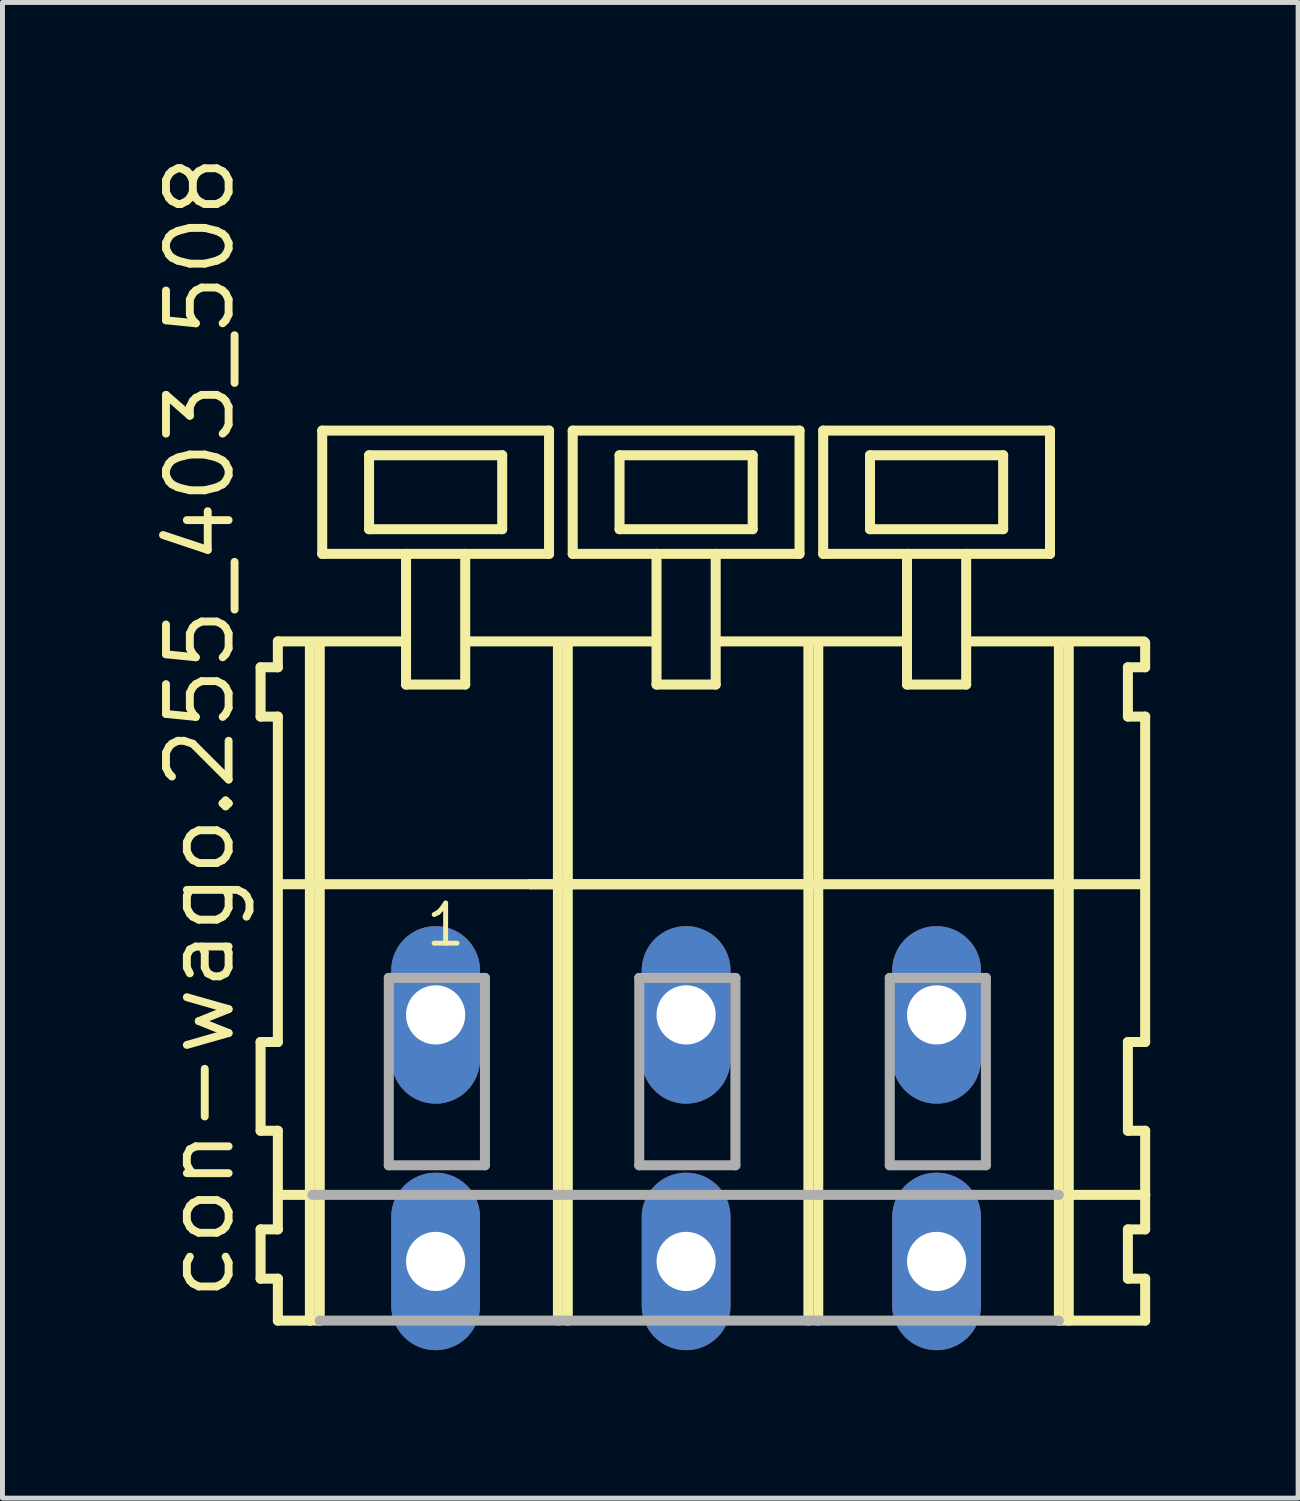
<source format=kicad_pcb>
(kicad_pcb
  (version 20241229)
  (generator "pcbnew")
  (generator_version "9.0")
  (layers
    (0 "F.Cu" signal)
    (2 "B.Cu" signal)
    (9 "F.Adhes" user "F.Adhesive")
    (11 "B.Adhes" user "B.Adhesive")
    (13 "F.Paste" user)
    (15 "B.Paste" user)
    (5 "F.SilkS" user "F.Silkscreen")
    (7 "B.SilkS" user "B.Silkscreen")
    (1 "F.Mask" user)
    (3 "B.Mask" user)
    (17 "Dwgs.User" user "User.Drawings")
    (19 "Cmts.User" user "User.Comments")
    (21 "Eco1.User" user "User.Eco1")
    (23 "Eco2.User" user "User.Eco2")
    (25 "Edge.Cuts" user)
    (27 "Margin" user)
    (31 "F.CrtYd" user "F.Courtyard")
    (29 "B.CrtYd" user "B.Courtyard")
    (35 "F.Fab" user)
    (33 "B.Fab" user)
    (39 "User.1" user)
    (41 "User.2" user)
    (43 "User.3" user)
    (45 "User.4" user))
  (footprint "con-wago.255_403_508"
    (layer "F.Cu")
    (at 8.325 17.533)
    (property "Reference" "con-wago.255_403_508" (at -6.575 5.855 90) (layer "F.SilkS") (effects (font (size 1.27 1.27) (thickness 0.16)) (justify left bottom)))
    (attr through_hole)
    (fp_line (start -6.09 -7.05) (end -6.09 -6.05) (stroke (width 0.203) (type default)) (layer "F.SilkS"))
    (fp_line (start -6.09 -6.05) (end -5.74 -6.05) (stroke (width 0.203) (type default)) (layer "F.SilkS"))
    (fp_line (start -6.09 0.55) (end -6.09 2.35) (stroke (width 0.203) (type default)) (layer "F.SilkS"))
    (fp_line (start -6.09 2.35) (end -5.74 2.35) (stroke (width 0.203) (type default)) (layer "F.SilkS"))
    (fp_line (start -6.09 4.35) (end -6.09 5.35) (stroke (width 0.203) (type default)) (layer "F.SilkS"))
    (fp_line (start -6.09 5.35) (end -5.74 5.35) (stroke (width 0.203) (type default)) (layer "F.SilkS"))
    (fp_line (start -5.74 -7.575) (end -5.74 -7.05) (stroke (width 0.203) (type default)) (layer "F.SilkS"))
    (fp_line (start -5.74 -7.575) (end -3.165 -7.575) (stroke (width 0.203) (type default)) (layer "F.SilkS"))
    (fp_line (start -5.74 -7.05) (end -6.09 -7.05) (stroke (width 0.203) (type default)) (layer "F.SilkS"))
    (fp_line (start -5.74 -6.05) (end -5.74 0.55) (stroke (width 0.203) (type default)) (layer "F.SilkS"))
    (fp_line (start -5.74 0.55) (end -6.09 0.55) (stroke (width 0.203) (type default)) (layer "F.SilkS"))
    (fp_line (start -5.74 2.35) (end -5.74 4.35) (stroke (width 0.203) (type default)) (layer "F.SilkS"))
    (fp_line (start -5.74 3.65) (end -5.04 3.65) (stroke (width 0.203) (type default)) (layer "F.SilkS"))
    (fp_line (start -5.74 4.35) (end -6.09 4.35) (stroke (width 0.203) (type default)) (layer "F.SilkS"))
    (fp_line (start -5.74 5.35) (end -5.74 6.2) (stroke (width 0.203) (type default)) (layer "F.SilkS"))
    (fp_line (start -5.74 6.2) (end -5.09 6.2) (stroke (width 0.203) (type default)) (layer "F.SilkS"))
    (fp_line (start -5.69 -2.65) (end -0.61 -2.65) (stroke (width 0.203) (type default)) (layer "F.SilkS"))
    (fp_line (start -5.09 -7.55) (end -5.09 6.2) (stroke (width 0.203) (type default)) (layer "F.SilkS"))
    (fp_line (start -5.09 6.2) (end -4.89 6.2) (stroke (width 0.203) (type default)) (layer "F.SilkS"))
    (fp_line (start -4.89 -7.55) (end -4.89 6.2) (stroke (width 0.203) (type default)) (layer "F.SilkS"))
    (fp_line (start -4.84 -11.85) (end -4.84 -9.35) (stroke (width 0.203) (type default)) (layer "F.SilkS"))
    (fp_line (start -4.84 -9.35) (end -3.14 -9.35) (stroke (width 0.203) (type default)) (layer "F.SilkS"))
    (fp_line (start -3.89 -11.35) (end -3.89 -9.85) (stroke (width 0.203) (type default)) (layer "F.SilkS"))
    (fp_line (start -3.89 -9.85) (end -1.19 -9.85) (stroke (width 0.203) (type default)) (layer "F.SilkS"))
    (fp_line (start -3.14 -9.35) (end -3.14 -6.7) (stroke (width 0.203) (type default)) (layer "F.SilkS"))
    (fp_line (start -3.14 -9.35) (end -1.94 -9.35) (stroke (width 0.203) (type default)) (layer "F.SilkS"))
    (fp_line (start -3.14 -6.7) (end -1.94 -6.7) (stroke (width 0.203) (type default)) (layer "F.SilkS"))
    (fp_line (start -1.94 -9.35) (end -0.24 -9.35) (stroke (width 0.203) (type default)) (layer "F.SilkS"))
    (fp_line (start -1.94 -6.7) (end -1.94 -9.35) (stroke (width 0.203) (type default)) (layer "F.SilkS"))
    (fp_line (start -1.915 -7.575) (end 1.919 -7.575) (stroke (width 0.203) (type default)) (layer "F.SilkS"))
    (fp_line (start -1.19 -11.35) (end -3.89 -11.35) (stroke (width 0.203) (type default)) (layer "F.SilkS"))
    (fp_line (start -1.19 -9.85) (end -1.19 -11.35) (stroke (width 0.203) (type default)) (layer "F.SilkS"))
    (fp_line (start -0.61 -2.65) (end -0.06 -2.65) (stroke (width 0.203) (type default)) (layer "F.SilkS"))
    (fp_line (start -0.61 -2.65) (end 5.02 -2.65) (stroke (width 0.203) (type default)) (layer "F.SilkS"))
    (fp_line (start -0.24 -11.85) (end -4.84 -11.85) (stroke (width 0.203) (type default)) (layer "F.SilkS"))
    (fp_line (start -0.24 -9.35) (end -0.24 -11.85) (stroke (width 0.203) (type default)) (layer "F.SilkS"))
    (fp_line (start -0.06 -7.55) (end -0.06 -2.65) (stroke (width 0.203) (type default)) (layer "F.SilkS"))
    (fp_line (start -0.06 -2.65) (end -0.06 6.2) (stroke (width 0.203) (type default)) (layer "F.SilkS"))
    (fp_line (start -0.06 -2.65) (end 5.02 -2.65) (stroke (width 0.203) (type default)) (layer "F.SilkS"))
    (fp_line (start 0.14 -7.55) (end 0.14 6.2) (stroke (width 0.203) (type default)) (layer "F.SilkS"))
    (fp_line (start 0.24 -11.85) (end 0.24 -9.35) (stroke (width 0.203) (type default)) (layer "F.SilkS"))
    (fp_line (start 0.24 -9.35) (end 1.94 -9.35) (stroke (width 0.203) (type default)) (layer "F.SilkS"))
    (fp_line (start 1.19 -11.35) (end 1.19 -9.85) (stroke (width 0.203) (type default)) (layer "F.SilkS"))
    (fp_line (start 1.19 -9.85) (end 3.89 -9.85) (stroke (width 0.203) (type default)) (layer "F.SilkS"))
    (fp_line (start 1.94 -9.35) (end 1.94 -6.7) (stroke (width 0.203) (type default)) (layer "F.SilkS"))
    (fp_line (start 1.94 -9.35) (end 3.14 -9.35) (stroke (width 0.203) (type default)) (layer "F.SilkS"))
    (fp_line (start 1.94 -6.7) (end 3.14 -6.7) (stroke (width 0.203) (type default)) (layer "F.SilkS"))
    (fp_line (start 3.14 -9.35) (end 4.84 -9.35) (stroke (width 0.203) (type default)) (layer "F.SilkS"))
    (fp_line (start 3.14 -6.7) (end 3.14 -9.35) (stroke (width 0.203) (type default)) (layer "F.SilkS"))
    (fp_line (start 3.165 -7.575) (end 7.01 -7.575) (stroke (width 0.203) (type default)) (layer "F.SilkS"))
    (fp_line (start 3.89 -11.35) (end 1.19 -11.35) (stroke (width 0.203) (type default)) (layer "F.SilkS"))
    (fp_line (start 3.89 -9.85) (end 3.89 -11.35) (stroke (width 0.203) (type default)) (layer "F.SilkS"))
    (fp_line (start 4.84 -11.85) (end 0.24 -11.85) (stroke (width 0.203) (type default)) (layer "F.SilkS"))
    (fp_line (start 4.84 -9.35) (end 4.84 -11.85) (stroke (width 0.203) (type default)) (layer "F.SilkS"))
    (fp_line (start 5.02 -7.55) (end 5.02 -2.65) (stroke (width 0.203) (type default)) (layer "F.SilkS"))
    (fp_line (start 5.02 -2.65) (end 5.02 6.2) (stroke (width 0.203) (type default)) (layer "F.SilkS"))
    (fp_line (start 5.02 -2.65) (end 10.1 -2.65) (stroke (width 0.203) (type default)) (layer "F.SilkS"))
    (fp_line (start 5.22 -7.55) (end 5.22 6.2) (stroke (width 0.203) (type default)) (layer "F.SilkS"))
    (fp_line (start 5.32 -11.85) (end 5.32 -9.35) (stroke (width 0.203) (type default)) (layer "F.SilkS"))
    (fp_line (start 5.32 -9.35) (end 7.02 -9.35) (stroke (width 0.203) (type default)) (layer "F.SilkS"))
    (fp_line (start 6.27 -11.35) (end 6.27 -9.85) (stroke (width 0.203) (type default)) (layer "F.SilkS"))
    (fp_line (start 6.27 -9.85) (end 8.97 -9.85) (stroke (width 0.203) (type default)) (layer "F.SilkS"))
    (fp_line (start 7.02 -9.35) (end 7.02 -6.7) (stroke (width 0.203) (type default)) (layer "F.SilkS"))
    (fp_line (start 7.02 -9.35) (end 8.22 -9.35) (stroke (width 0.203) (type default)) (layer "F.SilkS"))
    (fp_line (start 7.02 -6.7) (end 8.22 -6.7) (stroke (width 0.203) (type default)) (layer "F.SilkS"))
    (fp_line (start 8.22 -9.35) (end 9.92 -9.35) (stroke (width 0.203) (type default)) (layer "F.SilkS"))
    (fp_line (start 8.22 -6.7) (end 8.22 -9.35) (stroke (width 0.203) (type default)) (layer "F.SilkS"))
    (fp_line (start 8.23 -7.575) (end 11.825 -7.575) (stroke (width 0.203) (type default)) (layer "F.SilkS"))
    (fp_line (start 8.97 -11.35) (end 6.27 -11.35) (stroke (width 0.203) (type default)) (layer "F.SilkS"))
    (fp_line (start 8.97 -9.85) (end 8.97 -11.35) (stroke (width 0.203) (type default)) (layer "F.SilkS"))
    (fp_line (start 9.92 -11.85) (end 5.32 -11.85) (stroke (width 0.203) (type default)) (layer "F.SilkS"))
    (fp_line (start 9.92 -9.35) (end 9.92 -11.85) (stroke (width 0.203) (type default)) (layer "F.SilkS"))
    (fp_line (start 10.1 -7.55) (end 10.1 -2.65) (stroke (width 0.203) (type default)) (layer "F.SilkS"))
    (fp_line (start 10.1 -2.65) (end 10.1 6.2) (stroke (width 0.203) (type default)) (layer "F.SilkS"))
    (fp_line (start 10.1 -2.65) (end 11.8 -2.65) (stroke (width 0.203) (type default)) (layer "F.SilkS"))
    (fp_line (start 10.1 6.2) (end 11.85 6.2) (stroke (width 0.203) (type default)) (layer "F.SilkS"))
    (fp_line (start 10.15 3.65) (end 11.85 3.65) (stroke (width 0.203) (type default)) (layer "F.SilkS"))
    (fp_line (start 10.3 -7.55) (end 10.3 6.2) (stroke (width 0.203) (type default)) (layer "F.SilkS"))
    (fp_line (start 11.5 -7.05) (end 11.5 -6.05) (stroke (width 0.203) (type default)) (layer "F.SilkS"))
    (fp_line (start 11.5 -6.05) (end 11.85 -6.05) (stroke (width 0.203) (type default)) (layer "F.SilkS"))
    (fp_line (start 11.5 0.55) (end 11.5 2.35) (stroke (width 0.203) (type default)) (layer "F.SilkS"))
    (fp_line (start 11.5 2.35) (end 11.85 2.35) (stroke (width 0.203) (type default)) (layer "F.SilkS"))
    (fp_line (start 11.5 4.35) (end 11.5 5.35) (stroke (width 0.203) (type default)) (layer "F.SilkS"))
    (fp_line (start 11.5 5.35) (end 11.85 5.35) (stroke (width 0.203) (type default)) (layer "F.SilkS"))
    (fp_line (start 11.85 -7.05) (end 11.5 -7.05) (stroke (width 0.203) (type default)) (layer "F.SilkS"))
    (fp_line (start 11.85 -7.05) (end 11.85 -7.55) (stroke (width 0.203) (type default)) (layer "F.SilkS"))
    (fp_line (start 11.85 0.55) (end 11.5 0.55) (stroke (width 0.203) (type default)) (layer "F.SilkS"))
    (fp_line (start 11.85 0.55) (end 11.85 -6.05) (stroke (width 0.203) (type default)) (layer "F.SilkS"))
    (fp_line (start 11.85 3.65) (end 11.85 2.35) (stroke (width 0.203) (type default)) (layer "F.SilkS"))
    (fp_line (start 11.85 4.35) (end 11.5 4.35) (stroke (width 0.203) (type default)) (layer "F.SilkS"))
    (fp_line (start 11.85 4.35) (end 11.85 3.65) (stroke (width 0.203) (type default)) (layer "F.SilkS"))
    (fp_line (start 11.85 6.2) (end 11.85 5.35) (stroke (width 0.203) (type default)) (layer "F.SilkS"))
    (fp_line (start -5.04 3.65) (end 10.1 3.65) (stroke (width 0.203) (type default)) (layer "F.Fab"))
    (fp_line (start -4.89 6.2) (end 10.1 6.2) (stroke (width 0.203) (type default)) (layer "F.Fab"))
    (fp_line (start -3.49 -0.75) (end -3.49 3.05) (stroke (width 0.203) (type default)) (layer "F.Fab"))
    (fp_line (start -3.49 3.05) (end -1.54 3.05) (stroke (width 0.203) (type default)) (layer "F.Fab"))
    (fp_line (start -1.54 -0.75) (end -3.49 -0.75) (stroke (width 0.203) (type default)) (layer "F.Fab"))
    (fp_line (start -1.54 3.05) (end -1.54 -0.75) (stroke (width 0.203) (type default)) (layer "F.Fab"))
    (fp_line (start 1.59 -0.75) (end 1.59 3.05) (stroke (width 0.203) (type default)) (layer "F.Fab"))
    (fp_line (start 1.59 3.05) (end 3.54 3.05) (stroke (width 0.203) (type default)) (layer "F.Fab"))
    (fp_line (start 3.54 -0.75) (end 1.59 -0.75) (stroke (width 0.203) (type default)) (layer "F.Fab"))
    (fp_line (start 3.54 3.05) (end 3.54 -0.75) (stroke (width 0.203) (type default)) (layer "F.Fab"))
    (fp_line (start 6.67 -0.75) (end 6.67 3.05) (stroke (width 0.203) (type default)) (layer "F.Fab"))
    (fp_line (start 6.67 3.05) (end 8.62 3.05) (stroke (width 0.203) (type default)) (layer "F.Fab"))
    (fp_line (start 8.62 -0.75) (end 6.67 -0.75) (stroke (width 0.203) (type default)) (layer "F.Fab"))
    (fp_line (start 8.62 3.05) (end 8.62 -0.75) (stroke (width 0.203) (type default)) (layer "F.Fab"))
    (fp_text user "1" (at -2.79 -1.35 0) (layer "F.SilkS") (effects (font (size 0.813 0.813) (thickness 0.1)) (justify left bottom)))
    (pad "A1" thru_hole oval (at -2.54 0 90) (size 3.6 1.8) (drill 1.2) (layers "*.Cu" "*.Mask"))
    (pad "A2" thru_hole oval (at 2.54 0 90) (size 3.6 1.8) (drill 1.2) (layers "*.Cu" "*.Mask"))
    (pad "A3" thru_hole oval (at 7.62 0 90) (size 3.6 1.8) (drill 1.2) (layers "*.Cu" "*.Mask"))
    (pad "B1" thru_hole oval (at -2.54 5 90) (size 3.6 1.8) (drill 1.2) (layers "*.Cu" "*.Mask"))
    (pad "B2" thru_hole oval (at 2.54 5 90) (size 3.6 1.8) (drill 1.2) (layers "*.Cu" "*.Mask"))
    (pad "B3" thru_hole oval (at 7.62 5 90) (size 3.6 1.8) (drill 1.2) (layers "*.Cu" "*.Mask")))
  (gr_rect
    (start -3 -3)
    (end 23.277 27.333)
    (stroke (width 0.1) (type default))
    (fill no)
    (layer "Edge.Cuts")))
</source>
